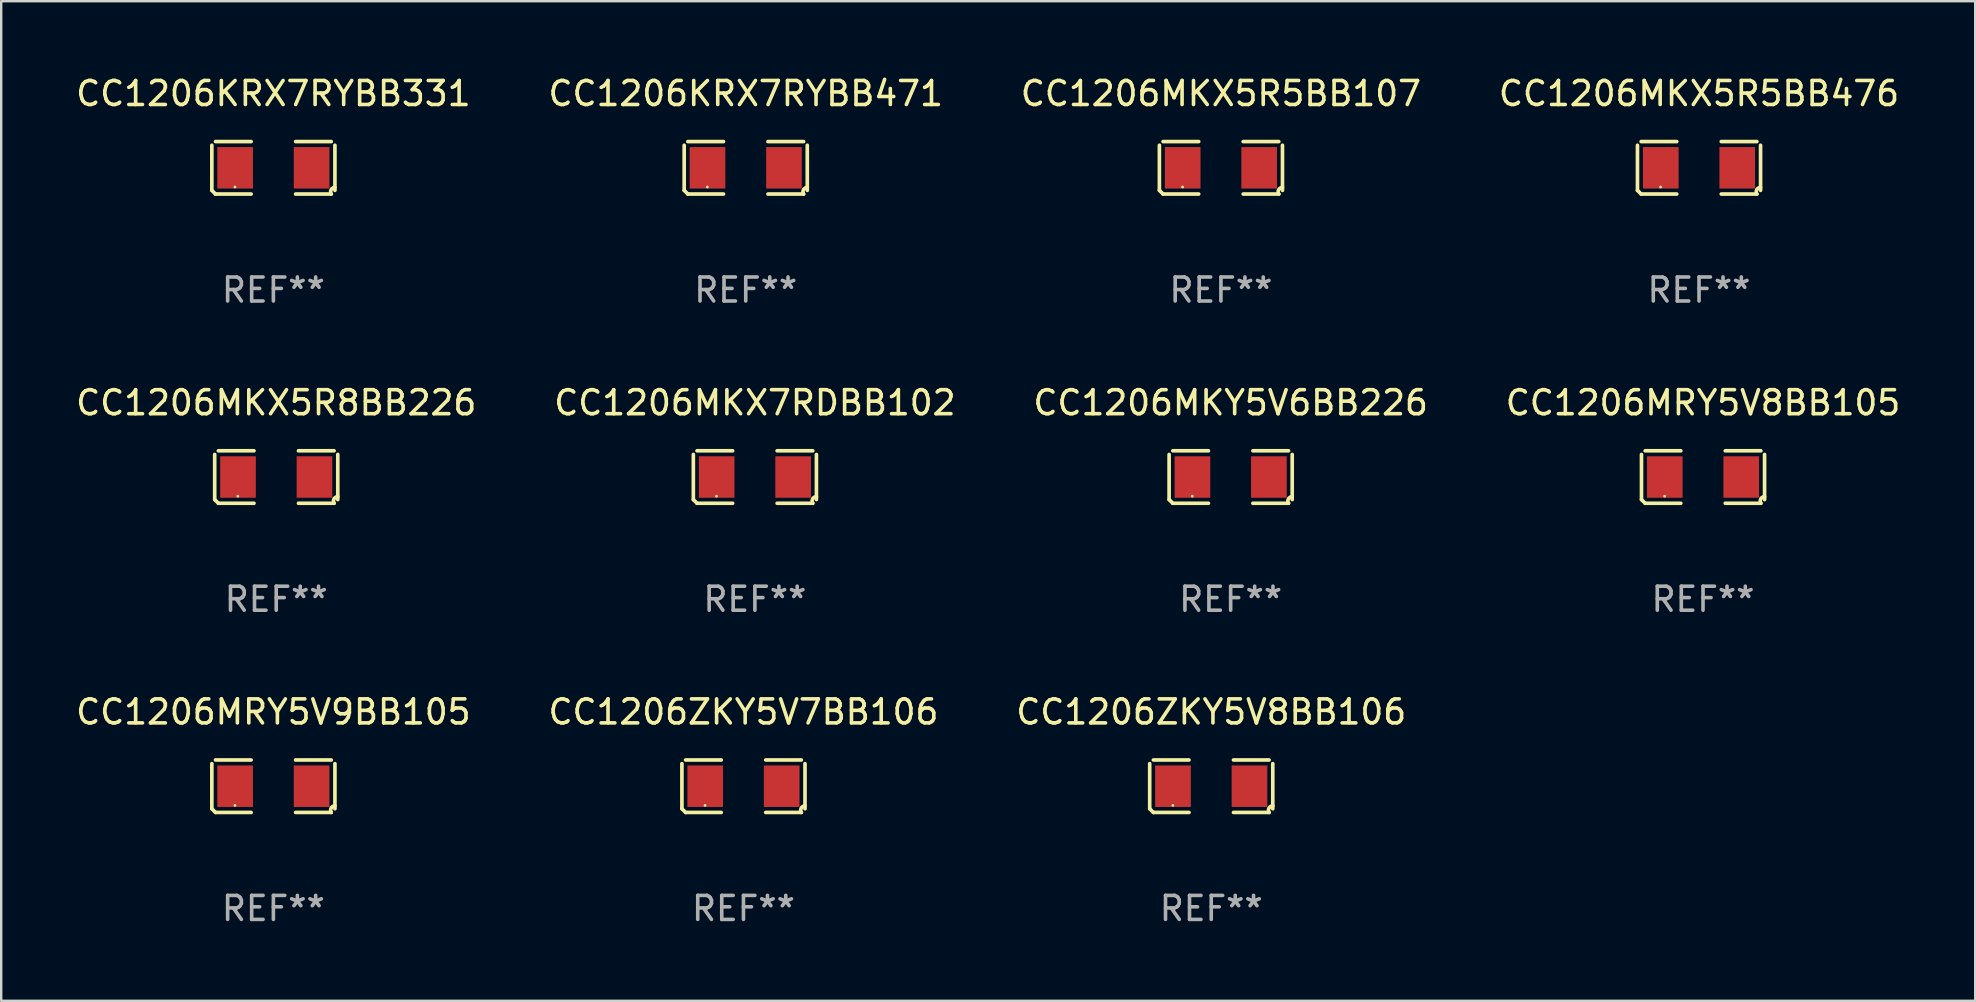
<source format=kicad_pcb>
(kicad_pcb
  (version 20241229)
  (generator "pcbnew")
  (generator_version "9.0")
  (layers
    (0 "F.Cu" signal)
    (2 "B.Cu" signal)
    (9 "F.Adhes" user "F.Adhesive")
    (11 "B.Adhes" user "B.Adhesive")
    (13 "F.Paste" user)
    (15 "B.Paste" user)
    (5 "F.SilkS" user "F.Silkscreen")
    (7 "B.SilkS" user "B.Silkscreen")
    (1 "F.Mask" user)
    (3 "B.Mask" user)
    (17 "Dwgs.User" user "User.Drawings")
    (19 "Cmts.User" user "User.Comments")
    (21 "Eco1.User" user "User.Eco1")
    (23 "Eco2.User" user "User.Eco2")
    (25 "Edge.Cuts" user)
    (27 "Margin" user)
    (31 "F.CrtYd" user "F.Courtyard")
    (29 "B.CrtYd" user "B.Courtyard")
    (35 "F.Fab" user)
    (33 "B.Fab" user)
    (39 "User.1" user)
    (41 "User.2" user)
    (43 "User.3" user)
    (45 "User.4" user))
  (footprint "CC1206KRX7RYBB471"
    (layer "F.Cu")
    (at 28.018 3.941)
    (property "Reference" "CC1206KRX7RYBB471" (at 0 -3.093 0) (layer "F.SilkS") (effects (font (size 1 1) (thickness 0.15))))
    (attr through_hole)
    (fp_line (start -2.564 0.94) (end -2.564 -0.94) (stroke (width 0.152) (type solid)) (layer "F.SilkS"))
    (fp_line (start -2.411 -1.093) (end -0.926 -1.093) (stroke (width 0.152) (type solid)) (layer "F.SilkS"))
    (fp_line (start -0.926 1.093) (end -2.411 1.093) (stroke (width 0.152) (type solid)) (layer "F.SilkS"))
    (fp_line (start 0.926 1.093) (end 2.411 1.093) (stroke (width 0.152) (type solid)) (layer "F.SilkS"))
    (fp_line (start 2.411 -1.093) (end 0.926 -1.093) (stroke (width 0.152) (type solid)) (layer "F.SilkS"))
    (fp_line (start 2.564 0.94) (end 2.564 -0.94) (stroke (width 0.152) (type solid)) (layer "F.SilkS"))
    (fp_arc (start -2.411201 1.092609) (mid -2.487413 1.01642) (end -2.563602 0.940208) (stroke (width 0.1524) (type solid)) (layer "F.SilkS"))
    (fp_arc (start 2.411201 1.092609) (mid 2.407159 0.911226) (end 2.563602 0.819347) (stroke (width 0.1524) (type solid)) (layer "F.SilkS"))
    (fp_circle (center -1.6 0.8) (end -1.57 0.8) (stroke (width 0.06) (type solid)) (fill no) (layer "F.SilkS"))
    (fp_text user "REF**" (at 0 5.093 0) (layer "F.Fab") (effects (font (size 1 1) (thickness 0.15))))
    (pad "1" smd rect (at -1.593 0) (size 1.485 1.728) (layers "F.Cu" "F.Mask" "F.Paste"))
    (pad "2" smd rect (at 1.593 0) (size 1.485 1.728) (layers "F.Cu" "F.Mask" "F.Paste")))
  (footprint "CC1206MKY5V6BB226"
    (layer "F.Cu")
    (at 48.22 16.823)
    (property "Reference" "CC1206MKY5V6BB226" (at 0 -3.093 0) (layer "F.SilkS") (effects (font (size 1 1) (thickness 0.15))))
    (attr through_hole)
    (fp_line (start -2.564 0.94) (end -2.564 -0.94) (stroke (width 0.152) (type solid)) (layer "F.SilkS"))
    (fp_line (start -2.411 -1.093) (end -0.926 -1.093) (stroke (width 0.152) (type solid)) (layer "F.SilkS"))
    (fp_line (start -0.926 1.093) (end -2.411 1.093) (stroke (width 0.152) (type solid)) (layer "F.SilkS"))
    (fp_line (start 0.926 1.093) (end 2.411 1.093) (stroke (width 0.152) (type solid)) (layer "F.SilkS"))
    (fp_line (start 2.411 -1.093) (end 0.926 -1.093) (stroke (width 0.152) (type solid)) (layer "F.SilkS"))
    (fp_line (start 2.564 0.94) (end 2.564 -0.94) (stroke (width 0.152) (type solid)) (layer "F.SilkS"))
    (fp_arc (start -2.411201 1.092609) (mid -2.487413 1.01642) (end -2.563602 0.940208) (stroke (width 0.1524) (type solid)) (layer "F.SilkS"))
    (fp_arc (start 2.411201 1.092609) (mid 2.407159 0.911226) (end 2.563602 0.819347) (stroke (width 0.1524) (type solid)) (layer "F.SilkS"))
    (fp_circle (center -1.6 0.8) (end -1.57 0.8) (stroke (width 0.06) (type solid)) (fill no) (layer "F.SilkS"))
    (fp_text user "REF**" (at 0 5.093 0) (layer "F.Fab") (effects (font (size 1 1) (thickness 0.15))))
    (pad "1" smd rect (at -1.593 0) (size 1.485 1.728) (layers "F.Cu" "F.Mask" "F.Paste"))
    (pad "2" smd rect (at 1.593 0) (size 1.485 1.728) (layers "F.Cu" "F.Mask" "F.Paste")))
  (footprint "CC1206KRX7RYBB331"
    (layer "F.Cu")
    (at 8.339 3.941)
    (property "Reference" "CC1206KRX7RYBB331" (at 0 -3.093 0) (layer "F.SilkS") (effects (font (size 1 1) (thickness 0.15))))
    (attr through_hole)
    (fp_line (start -2.564 0.94) (end -2.564 -0.94) (stroke (width 0.152) (type solid)) (layer "F.SilkS"))
    (fp_line (start -2.411 -1.093) (end -0.926 -1.093) (stroke (width 0.152) (type solid)) (layer "F.SilkS"))
    (fp_line (start -0.926 1.093) (end -2.411 1.093) (stroke (width 0.152) (type solid)) (layer "F.SilkS"))
    (fp_line (start 0.926 1.093) (end 2.411 1.093) (stroke (width 0.152) (type solid)) (layer "F.SilkS"))
    (fp_line (start 2.411 -1.093) (end 0.926 -1.093) (stroke (width 0.152) (type solid)) (layer "F.SilkS"))
    (fp_line (start 2.564 0.94) (end 2.564 -0.94) (stroke (width 0.152) (type solid)) (layer "F.SilkS"))
    (fp_arc (start -2.411201 1.092609) (mid -2.487413 1.01642) (end -2.563602 0.940208) (stroke (width 0.1524) (type solid)) (layer "F.SilkS"))
    (fp_arc (start 2.411201 1.092609) (mid 2.407159 0.911226) (end 2.563602 0.819347) (stroke (width 0.1524) (type solid)) (layer "F.SilkS"))
    (fp_circle (center -1.6 0.8) (end -1.57 0.8) (stroke (width 0.06) (type solid)) (fill no) (layer "F.SilkS"))
    (fp_text user "REF**" (at 0 5.093 0) (layer "F.Fab") (effects (font (size 1 1) (thickness 0.15))))
    (pad "1" smd rect (at -1.593 0) (size 1.485 1.728) (layers "F.Cu" "F.Mask" "F.Paste"))
    (pad "2" smd rect (at 1.593 0) (size 1.485 1.728) (layers "F.Cu" "F.Mask" "F.Paste")))
  (footprint "CC1206ZKY5V8BB106"
    (layer "F.Cu")
    (at 47.411 29.704)
    (property "Reference" "CC1206ZKY5V8BB106" (at 0 -3.093 0) (layer "F.SilkS") (effects (font (size 1 1) (thickness 0.15))))
    (attr through_hole)
    (fp_line (start -2.564 0.94) (end -2.564 -0.94) (stroke (width 0.152) (type solid)) (layer "F.SilkS"))
    (fp_line (start -2.411 -1.093) (end -0.926 -1.093) (stroke (width 0.152) (type solid)) (layer "F.SilkS"))
    (fp_line (start -0.926 1.093) (end -2.411 1.093) (stroke (width 0.152) (type solid)) (layer "F.SilkS"))
    (fp_line (start 0.926 1.093) (end 2.411 1.093) (stroke (width 0.152) (type solid)) (layer "F.SilkS"))
    (fp_line (start 2.411 -1.093) (end 0.926 -1.093) (stroke (width 0.152) (type solid)) (layer "F.SilkS"))
    (fp_line (start 2.564 0.94) (end 2.564 -0.94) (stroke (width 0.152) (type solid)) (layer "F.SilkS"))
    (fp_arc (start -2.411201 1.092609) (mid -2.487413 1.01642) (end -2.563602 0.940208) (stroke (width 0.1524) (type solid)) (layer "F.SilkS"))
    (fp_arc (start 2.411201 1.092609) (mid 2.407159 0.911226) (end 2.563602 0.819347) (stroke (width 0.1524) (type solid)) (layer "F.SilkS"))
    (fp_circle (center -1.6 0.8) (end -1.57 0.8) (stroke (width 0.06) (type solid)) (fill no) (layer "F.SilkS"))
    (fp_text user "REF**" (at 0 5.093 0) (layer "F.Fab") (effects (font (size 1 1) (thickness 0.15))))
    (pad "1" smd rect (at -1.593 0) (size 1.485 1.728) (layers "F.Cu" "F.Mask" "F.Paste"))
    (pad "2" smd rect (at 1.593 0) (size 1.485 1.728) (layers "F.Cu" "F.Mask" "F.Paste")))
  (footprint "CC1206MKX5R5BB476"
    (layer "F.Cu")
    (at 67.732 3.941)
    (property "Reference" "CC1206MKX5R5BB476" (at 0 -3.093 0) (layer "F.SilkS") (effects (font (size 1 1) (thickness 0.15))))
    (attr through_hole)
    (fp_line (start -2.564 0.94) (end -2.564 -0.94) (stroke (width 0.152) (type solid)) (layer "F.SilkS"))
    (fp_line (start -2.411 -1.093) (end -0.926 -1.093) (stroke (width 0.152) (type solid)) (layer "F.SilkS"))
    (fp_line (start -0.926 1.093) (end -2.411 1.093) (stroke (width 0.152) (type solid)) (layer "F.SilkS"))
    (fp_line (start 0.926 1.093) (end 2.411 1.093) (stroke (width 0.152) (type solid)) (layer "F.SilkS"))
    (fp_line (start 2.411 -1.093) (end 0.926 -1.093) (stroke (width 0.152) (type solid)) (layer "F.SilkS"))
    (fp_line (start 2.564 0.94) (end 2.564 -0.94) (stroke (width 0.152) (type solid)) (layer "F.SilkS"))
    (fp_arc (start -2.411201 1.092609) (mid -2.487413 1.01642) (end -2.563602 0.940208) (stroke (width 0.1524) (type solid)) (layer "F.SilkS"))
    (fp_arc (start 2.411201 1.092609) (mid 2.407159 0.911226) (end 2.563602 0.819347) (stroke (width 0.1524) (type solid)) (layer "F.SilkS"))
    (fp_circle (center -1.6 0.8) (end -1.57 0.8) (stroke (width 0.06) (type solid)) (fill no) (layer "F.SilkS"))
    (fp_text user "REF**" (at 0 5.093 0) (layer "F.Fab") (effects (font (size 1 1) (thickness 0.15))))
    (pad "1" smd rect (at -1.593 0) (size 1.485 1.728) (layers "F.Cu" "F.Mask" "F.Paste"))
    (pad "2" smd rect (at 1.593 0) (size 1.485 1.728) (layers "F.Cu" "F.Mask" "F.Paste")))
  (footprint "CC1206MKX5R8BB226"
    (layer "F.Cu")
    (at 8.458 16.823)
    (property "Reference" "CC1206MKX5R8BB226" (at 0 -3.093 0) (layer "F.SilkS") (effects (font (size 1 1) (thickness 0.15))))
    (attr through_hole)
    (fp_line (start -2.564 0.94) (end -2.564 -0.94) (stroke (width 0.152) (type solid)) (layer "F.SilkS"))
    (fp_line (start -2.411 -1.093) (end -0.926 -1.093) (stroke (width 0.152) (type solid)) (layer "F.SilkS"))
    (fp_line (start -0.926 1.093) (end -2.411 1.093) (stroke (width 0.152) (type solid)) (layer "F.SilkS"))
    (fp_line (start 0.926 1.093) (end 2.411 1.093) (stroke (width 0.152) (type solid)) (layer "F.SilkS"))
    (fp_line (start 2.411 -1.093) (end 0.926 -1.093) (stroke (width 0.152) (type solid)) (layer "F.SilkS"))
    (fp_line (start 2.564 0.94) (end 2.564 -0.94) (stroke (width 0.152) (type solid)) (layer "F.SilkS"))
    (fp_arc (start -2.411201 1.092609) (mid -2.487413 1.01642) (end -2.563602 0.940208) (stroke (width 0.1524) (type solid)) (layer "F.SilkS"))
    (fp_arc (start 2.411201 1.092609) (mid 2.407159 0.911226) (end 2.563602 0.819347) (stroke (width 0.1524) (type solid)) (layer "F.SilkS"))
    (fp_circle (center -1.6 0.8) (end -1.57 0.8) (stroke (width 0.06) (type solid)) (fill no) (layer "F.SilkS"))
    (fp_text user "REF**" (at 0 5.093 0) (layer "F.Fab") (effects (font (size 1 1) (thickness 0.15))))
    (pad "1" smd rect (at -1.593 0) (size 1.485 1.728) (layers "F.Cu" "F.Mask" "F.Paste"))
    (pad "2" smd rect (at 1.593 0) (size 1.485 1.728) (layers "F.Cu" "F.Mask" "F.Paste")))
  (footprint "CC1206MKX7RDBB102"
    (layer "F.Cu")
    (at 28.399 16.823)
    (property "Reference" "CC1206MKX7RDBB102" (at 0 -3.093 0) (layer "F.SilkS") (effects (font (size 1 1) (thickness 0.15))))
    (attr through_hole)
    (fp_line (start -2.564 0.94) (end -2.564 -0.94) (stroke (width 0.152) (type solid)) (layer "F.SilkS"))
    (fp_line (start -2.411 -1.093) (end -0.926 -1.093) (stroke (width 0.152) (type solid)) (layer "F.SilkS"))
    (fp_line (start -0.926 1.093) (end -2.411 1.093) (stroke (width 0.152) (type solid)) (layer "F.SilkS"))
    (fp_line (start 0.926 1.093) (end 2.411 1.093) (stroke (width 0.152) (type solid)) (layer "F.SilkS"))
    (fp_line (start 2.411 -1.093) (end 0.926 -1.093) (stroke (width 0.152) (type solid)) (layer "F.SilkS"))
    (fp_line (start 2.564 0.94) (end 2.564 -0.94) (stroke (width 0.152) (type solid)) (layer "F.SilkS"))
    (fp_arc (start -2.411201 1.092609) (mid -2.487413 1.01642) (end -2.563602 0.940208) (stroke (width 0.1524) (type solid)) (layer "F.SilkS"))
    (fp_arc (start 2.411201 1.092609) (mid 2.407159 0.911226) (end 2.563602 0.819347) (stroke (width 0.1524) (type solid)) (layer "F.SilkS"))
    (fp_circle (center -1.6 0.8) (end -1.57 0.8) (stroke (width 0.06) (type solid)) (fill no) (layer "F.SilkS"))
    (fp_text user "REF**" (at 0 5.093 0) (layer "F.Fab") (effects (font (size 1 1) (thickness 0.15))))
    (pad "1" smd rect (at -1.593 0) (size 1.485 1.728) (layers "F.Cu" "F.Mask" "F.Paste"))
    (pad "2" smd rect (at 1.593 0) (size 1.485 1.728) (layers "F.Cu" "F.Mask" "F.Paste")))
  (footprint "CC1206MRY5V9BB105"
    (layer "F.Cu")
    (at 8.339 29.704)
    (property "Reference" "CC1206MRY5V9BB105" (at 0 -3.093 0) (layer "F.SilkS") (effects (font (size 1 1) (thickness 0.15))))
    (attr through_hole)
    (fp_line (start -2.564 0.94) (end -2.564 -0.94) (stroke (width 0.152) (type solid)) (layer "F.SilkS"))
    (fp_line (start -2.411 -1.093) (end -0.926 -1.093) (stroke (width 0.152) (type solid)) (layer "F.SilkS"))
    (fp_line (start -0.926 1.093) (end -2.411 1.093) (stroke (width 0.152) (type solid)) (layer "F.SilkS"))
    (fp_line (start 0.926 1.093) (end 2.411 1.093) (stroke (width 0.152) (type solid)) (layer "F.SilkS"))
    (fp_line (start 2.411 -1.093) (end 0.926 -1.093) (stroke (width 0.152) (type solid)) (layer "F.SilkS"))
    (fp_line (start 2.564 0.94) (end 2.564 -0.94) (stroke (width 0.152) (type solid)) (layer "F.SilkS"))
    (fp_arc (start -2.411201 1.092609) (mid -2.487413 1.01642) (end -2.563602 0.940208) (stroke (width 0.1524) (type solid)) (layer "F.SilkS"))
    (fp_arc (start 2.411201 1.092609) (mid 2.407159 0.911226) (end 2.563602 0.819347) (stroke (width 0.1524) (type solid)) (layer "F.SilkS"))
    (fp_circle (center -1.6 0.8) (end -1.57 0.8) (stroke (width 0.06) (type solid)) (fill no) (layer "F.SilkS"))
    (fp_text user "REF**" (at 0 5.093 0) (layer "F.Fab") (effects (font (size 1 1) (thickness 0.15))))
    (pad "1" smd rect (at -1.593 0) (size 1.485 1.728) (layers "F.Cu" "F.Mask" "F.Paste"))
    (pad "2" smd rect (at 1.593 0) (size 1.485 1.728) (layers "F.Cu" "F.Mask" "F.Paste")))
  (footprint "CC1206ZKY5V7BB106"
    (layer "F.Cu")
    (at 27.923 29.704)
    (property "Reference" "CC1206ZKY5V7BB106" (at 0 -3.093 0) (layer "F.SilkS") (effects (font (size 1 1) (thickness 0.15))))
    (attr through_hole)
    (fp_line (start -2.564 0.94) (end -2.564 -0.94) (stroke (width 0.152) (type solid)) (layer "F.SilkS"))
    (fp_line (start -2.411 -1.093) (end -0.926 -1.093) (stroke (width 0.152) (type solid)) (layer "F.SilkS"))
    (fp_line (start -0.926 1.093) (end -2.411 1.093) (stroke (width 0.152) (type solid)) (layer "F.SilkS"))
    (fp_line (start 0.926 1.093) (end 2.411 1.093) (stroke (width 0.152) (type solid)) (layer "F.SilkS"))
    (fp_line (start 2.411 -1.093) (end 0.926 -1.093) (stroke (width 0.152) (type solid)) (layer "F.SilkS"))
    (fp_line (start 2.564 0.94) (end 2.564 -0.94) (stroke (width 0.152) (type solid)) (layer "F.SilkS"))
    (fp_arc (start -2.411201 1.092609) (mid -2.487413 1.01642) (end -2.563602 0.940208) (stroke (width 0.1524) (type solid)) (layer "F.SilkS"))
    (fp_arc (start 2.411201 1.092609) (mid 2.407159 0.911226) (end 2.563602 0.819347) (stroke (width 0.1524) (type solid)) (layer "F.SilkS"))
    (fp_circle (center -1.6 0.8) (end -1.57 0.8) (stroke (width 0.06) (type solid)) (fill no) (layer "F.SilkS"))
    (fp_text user "REF**" (at 0 5.093 0) (layer "F.Fab") (effects (font (size 1 1) (thickness 0.15))))
    (pad "1" smd rect (at -1.593 0) (size 1.485 1.728) (layers "F.Cu" "F.Mask" "F.Paste"))
    (pad "2" smd rect (at 1.593 0) (size 1.485 1.728) (layers "F.Cu" "F.Mask" "F.Paste")))
  (footprint "CC1206MKX5R5BB107"
    (layer "F.Cu")
    (at 47.815 3.941)
    (property "Reference" "CC1206MKX5R5BB107" (at 0 -3.093 0) (layer "F.SilkS") (effects (font (size 1 1) (thickness 0.15))))
    (attr through_hole)
    (fp_line (start -2.564 0.94) (end -2.564 -0.94) (stroke (width 0.152) (type solid)) (layer "F.SilkS"))
    (fp_line (start -2.411 -1.093) (end -0.926 -1.093) (stroke (width 0.152) (type solid)) (layer "F.SilkS"))
    (fp_line (start -0.926 1.093) (end -2.411 1.093) (stroke (width 0.152) (type solid)) (layer "F.SilkS"))
    (fp_line (start 0.926 1.093) (end 2.411 1.093) (stroke (width 0.152) (type solid)) (layer "F.SilkS"))
    (fp_line (start 2.411 -1.093) (end 0.926 -1.093) (stroke (width 0.152) (type solid)) (layer "F.SilkS"))
    (fp_line (start 2.564 0.94) (end 2.564 -0.94) (stroke (width 0.152) (type solid)) (layer "F.SilkS"))
    (fp_arc (start -2.411201 1.092609) (mid -2.487413 1.01642) (end -2.563602 0.940208) (stroke (width 0.1524) (type solid)) (layer "F.SilkS"))
    (fp_arc (start 2.411201 1.092609) (mid 2.407159 0.911226) (end 2.563602 0.819347) (stroke (width 0.1524) (type solid)) (layer "F.SilkS"))
    (fp_circle (center -1.6 0.8) (end -1.57 0.8) (stroke (width 0.06) (type solid)) (fill no) (layer "F.SilkS"))
    (fp_text user "REF**" (at 0 5.093 0) (layer "F.Fab") (effects (font (size 1 1) (thickness 0.15))))
    (pad "1" smd rect (at -1.593 0) (size 1.485 1.728) (layers "F.Cu" "F.Mask" "F.Paste"))
    (pad "2" smd rect (at 1.593 0) (size 1.485 1.728) (layers "F.Cu" "F.Mask" "F.Paste")))
  (footprint "CC1206MRY5V8BB105"
    (layer "F.Cu")
    (at 67.899 16.823)
    (property "Reference" "CC1206MRY5V8BB105" (at 0 -3.093 0) (layer "F.SilkS") (effects (font (size 1 1) (thickness 0.15))))
    (attr through_hole)
    (fp_line (start -2.564 0.94) (end -2.564 -0.94) (stroke (width 0.152) (type solid)) (layer "F.SilkS"))
    (fp_line (start -2.411 -1.093) (end -0.926 -1.093) (stroke (width 0.152) (type solid)) (layer "F.SilkS"))
    (fp_line (start -0.926 1.093) (end -2.411 1.093) (stroke (width 0.152) (type solid)) (layer "F.SilkS"))
    (fp_line (start 0.926 1.093) (end 2.411 1.093) (stroke (width 0.152) (type solid)) (layer "F.SilkS"))
    (fp_line (start 2.411 -1.093) (end 0.926 -1.093) (stroke (width 0.152) (type solid)) (layer "F.SilkS"))
    (fp_line (start 2.564 0.94) (end 2.564 -0.94) (stroke (width 0.152) (type solid)) (layer "F.SilkS"))
    (fp_arc (start -2.411201 1.092609) (mid -2.487413 1.01642) (end -2.563602 0.940208) (stroke (width 0.1524) (type solid)) (layer "F.SilkS"))
    (fp_arc (start 2.411201 1.092609) (mid 2.407159 0.911226) (end 2.563602 0.819347) (stroke (width 0.1524) (type solid)) (layer "F.SilkS"))
    (fp_circle (center -1.6 0.8) (end -1.57 0.8) (stroke (width 0.06) (type solid)) (fill no) (layer "F.SilkS"))
    (fp_text user "REF**" (at 0 5.093 0) (layer "F.Fab") (effects (font (size 1 1) (thickness 0.15))))
    (pad "1" smd rect (at -1.593 0) (size 1.485 1.728) (layers "F.Cu" "F.Mask" "F.Paste"))
    (pad "2" smd rect (at 1.593 0) (size 1.485 1.728) (layers "F.Cu" "F.Mask" "F.Paste")))
  (gr_rect
    (start -3 -3)
    (end 79.238 38.645)
    (stroke (width 0.1) (type default))
    (fill no)
    (layer "Edge.Cuts")))
</source>
